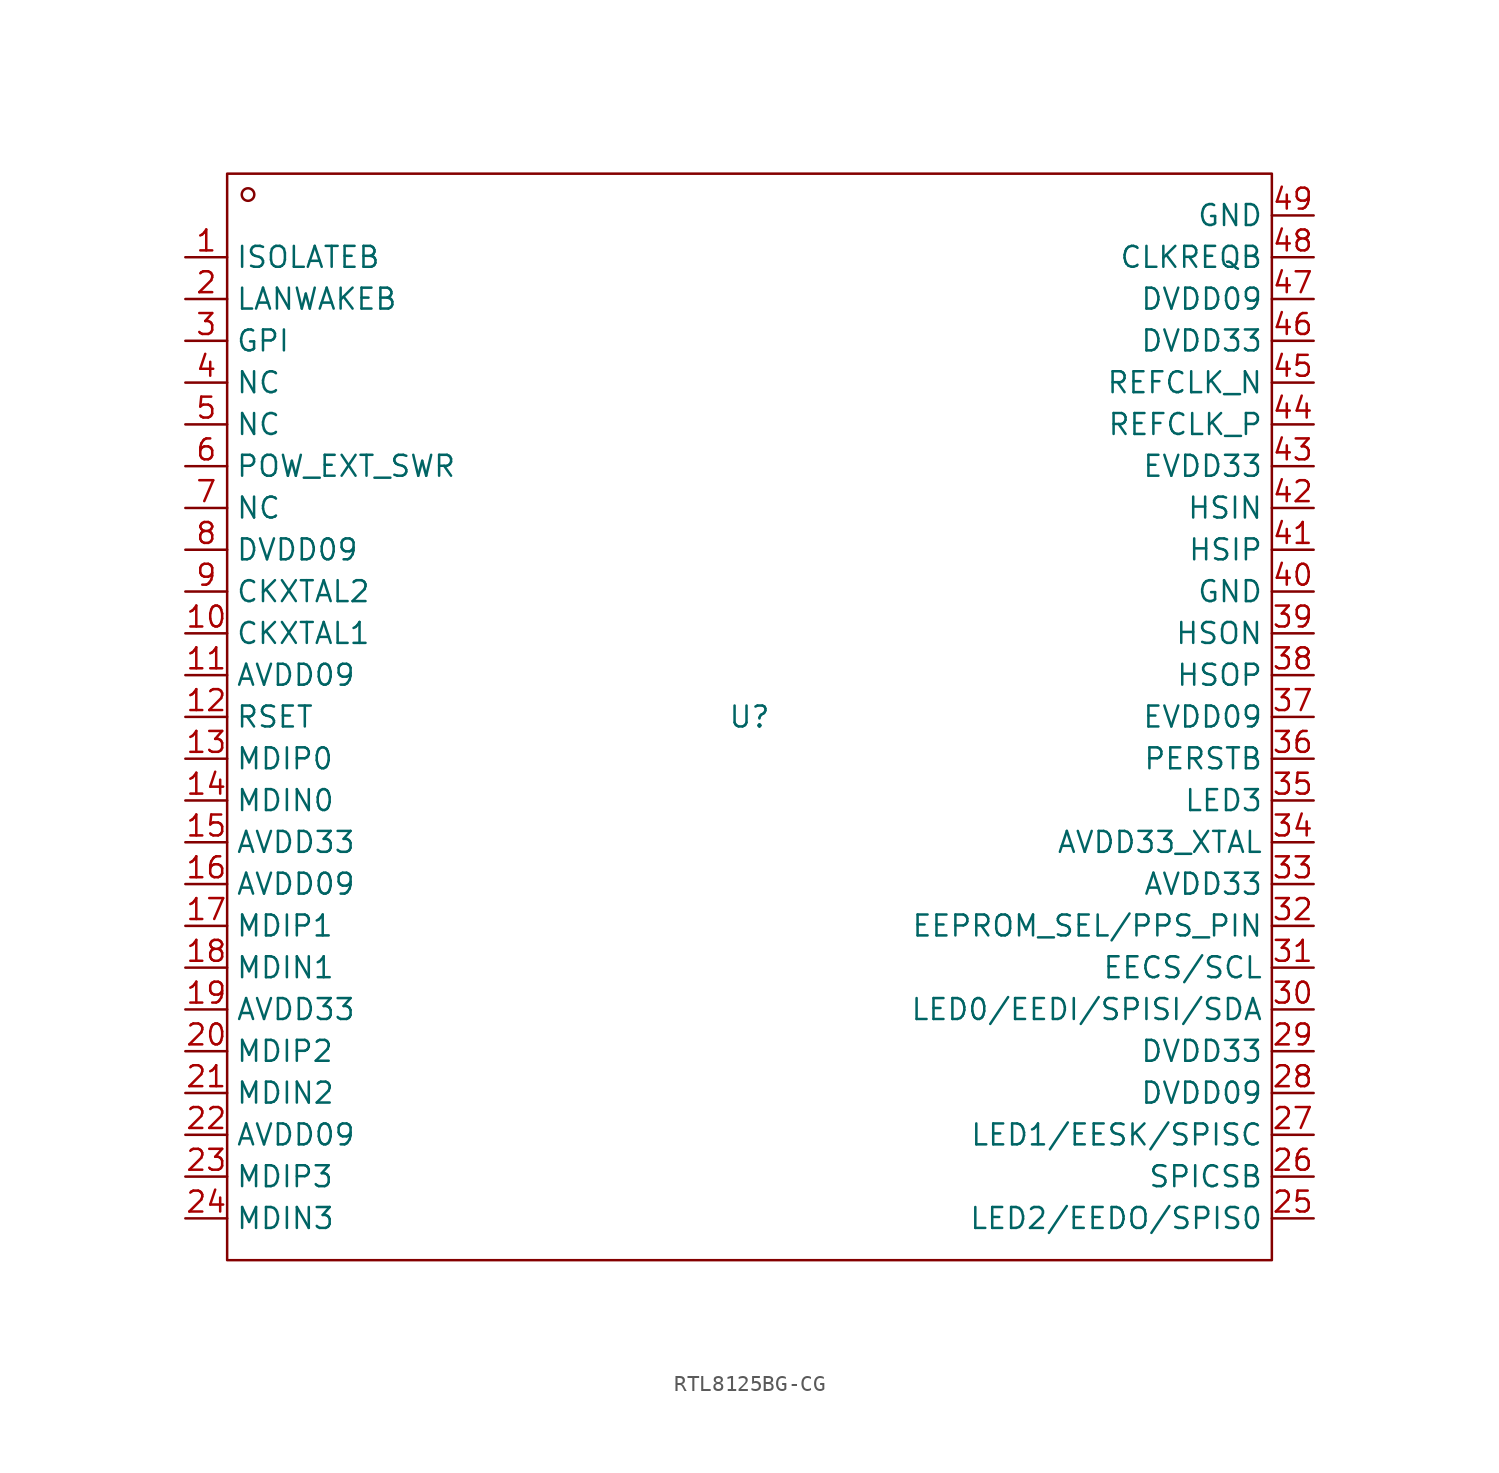
<source format=kicad_sym>
(kicad_symbol_lib
  (version 20231120)
  (generator "kicad_symbol_editor")
  (generator_version "8.0")
  (symbol "RTL8125BG-CG"
    (property "Reference" "U"
      (at 0 0 0)
      (effects (font (size 1.27 1.27))))
    (property "Value" ""
      (at 0 0 0)
      (effects (font (size 1.27 1.27))))
    (symbol "RTL8125BG-CG_1_0"
      (rectangle (start -31.75 -33.02) (end 31.75 33.02) (stroke (width 0) (type default)) (fill (type none)))
      (circle (center -30.48 31.75) (radius 0.381) (stroke (width 0) (type default)) (fill (type none)))
      (pin unspecified line (at -34.29 27.94 0) (length 2.54) (name "ISOLATEB" (effects (font (size 1.27 1.27)))) (number "1" (effects (font (size 1.27 1.27)))))
      (pin unspecified line (at -34.29 5.08 0) (length 2.54) (name "CKXTAL1" (effects (font (size 1.27 1.27)))) (number "10" (effects (font (size 1.27 1.27)))))
      (pin unspecified line (at -34.29 2.54 0) (length 2.54) (name "AVDD09" (effects (font (size 1.27 1.27)))) (number "11" (effects (font (size 1.27 1.27)))))
      (pin unspecified line (at -34.29 0 0) (length 2.54) (name "RSET" (effects (font (size 1.27 1.27)))) (number "12" (effects (font (size 1.27 1.27)))))
      (pin unspecified line (at -34.29 -2.54 0) (length 2.54) (name "MDIP0" (effects (font (size 1.27 1.27)))) (number "13" (effects (font (size 1.27 1.27)))))
      (pin unspecified line (at -34.29 -5.08 0) (length 2.54) (name "MDIN0" (effects (font (size 1.27 1.27)))) (number "14" (effects (font (size 1.27 1.27)))))
      (pin unspecified line (at -34.29 -7.62 0) (length 2.54) (name "AVDD33" (effects (font (size 1.27 1.27)))) (number "15" (effects (font (size 1.27 1.27)))))
      (pin unspecified line (at -34.29 -10.16 0) (length 2.54) (name "AVDD09" (effects (font (size 1.27 1.27)))) (number "16" (effects (font (size 1.27 1.27)))))
      (pin unspecified line (at -34.29 -12.7 0) (length 2.54) (name "MDIP1" (effects (font (size 1.27 1.27)))) (number "17" (effects (font (size 1.27 1.27)))))
      (pin unspecified line (at -34.29 -15.24 0) (length 2.54) (name "MDIN1" (effects (font (size 1.27 1.27)))) (number "18" (effects (font (size 1.27 1.27)))))
      (pin unspecified line (at -34.29 -17.78 0) (length 2.54) (name "AVDD33" (effects (font (size 1.27 1.27)))) (number "19" (effects (font (size 1.27 1.27)))))
      (pin unspecified line (at -34.29 25.4 0) (length 2.54) (name "LANWAKEB" (effects (font (size 1.27 1.27)))) (number "2" (effects (font (size 1.27 1.27)))))
      (pin unspecified line (at -34.29 -20.32 0) (length 2.54) (name "MDIP2" (effects (font (size 1.27 1.27)))) (number "20" (effects (font (size 1.27 1.27)))))
      (pin unspecified line (at -34.29 -22.86 0) (length 2.54) (name "MDIN2" (effects (font (size 1.27 1.27)))) (number "21" (effects (font (size 1.27 1.27)))))
      (pin unspecified line (at -34.29 -25.4 0) (length 2.54) (name "AVDD09" (effects (font (size 1.27 1.27)))) (number "22" (effects (font (size 1.27 1.27)))))
      (pin unspecified line (at -34.29 -27.94 0) (length 2.54) (name "MDIP3" (effects (font (size 1.27 1.27)))) (number "23" (effects (font (size 1.27 1.27)))))
      (pin unspecified line (at -34.29 -30.48 0) (length 2.54) (name "MDIN3" (effects (font (size 1.27 1.27)))) (number "24" (effects (font (size 1.27 1.27)))))
      (pin unspecified line (at 34.29 -30.48 180) (length 2.54) (name "LED2/EEDO/SPIS0" (effects (font (size 1.27 1.27)))) (number "25" (effects (font (size 1.27 1.27)))))
      (pin unspecified line (at 34.29 -27.94 180) (length 2.54) (name "SPICSB" (effects (font (size 1.27 1.27)))) (number "26" (effects (font (size 1.27 1.27)))))
      (pin unspecified line (at 34.29 -25.4 180) (length 2.54) (name "LED1/EESK/SPISC" (effects (font (size 1.27 1.27)))) (number "27" (effects (font (size 1.27 1.27)))))
      (pin unspecified line (at 34.29 -22.86 180) (length 2.54) (name "DVDD09" (effects (font (size 1.27 1.27)))) (number "28" (effects (font (size 1.27 1.27)))))
      (pin unspecified line (at 34.29 -20.32 180) (length 2.54) (name "DVDD33" (effects (font (size 1.27 1.27)))) (number "29" (effects (font (size 1.27 1.27)))))
      (pin unspecified line (at -34.29 22.86 0) (length 2.54) (name "GPI" (effects (font (size 1.27 1.27)))) (number "3" (effects (font (size 1.27 1.27)))))
      (pin unspecified line (at 34.29 -17.78 180) (length 2.54) (name "LED0/EEDI/SPISI/SDA" (effects (font (size 1.27 1.27)))) (number "30" (effects (font (size 1.27 1.27)))))
      (pin unspecified line (at 34.29 -15.24 180) (length 2.54) (name "EECS/SCL" (effects (font (size 1.27 1.27)))) (number "31" (effects (font (size 1.27 1.27)))))
      (pin unspecified line (at 34.29 -12.7 180) (length 2.54) (name "EEPROM_SEL/PPS_PIN" (effects (font (size 1.27 1.27)))) (number "32" (effects (font (size 1.27 1.27)))))
      (pin unspecified line (at 34.29 -10.16 180) (length 2.54) (name "AVDD33" (effects (font (size 1.27 1.27)))) (number "33" (effects (font (size 1.27 1.27)))))
      (pin unspecified line (at 34.29 -7.62 180) (length 2.54) (name "AVDD33_XTAL" (effects (font (size 1.27 1.27)))) (number "34" (effects (font (size 1.27 1.27)))))
      (pin unspecified line (at 34.29 -5.08 180) (length 2.54) (name "LED3" (effects (font (size 1.27 1.27)))) (number "35" (effects (font (size 1.27 1.27)))))
      (pin unspecified line (at 34.29 -2.54 180) (length 2.54) (name "PERSTB" (effects (font (size 1.27 1.27)))) (number "36" (effects (font (size 1.27 1.27)))))
      (pin unspecified line (at 34.29 0 180) (length 2.54) (name "EVDD09" (effects (font (size 1.27 1.27)))) (number "37" (effects (font (size 1.27 1.27)))))
      (pin unspecified line (at 34.29 2.54 180) (length 2.54) (name "HSOP" (effects (font (size 1.27 1.27)))) (number "38" (effects (font (size 1.27 1.27)))))
      (pin unspecified line (at 34.29 5.08 180) (length 2.54) (name "HSON" (effects (font (size 1.27 1.27)))) (number "39" (effects (font (size 1.27 1.27)))))
      (pin unspecified line (at -34.29 20.32 0) (length 2.54) (name "NC" (effects (font (size 1.27 1.27)))) (number "4" (effects (font (size 1.27 1.27)))))
      (pin unspecified line (at 34.29 7.62 180) (length 2.54) (name "GND" (effects (font (size 1.27 1.27)))) (number "40" (effects (font (size 1.27 1.27)))))
      (pin unspecified line (at 34.29 10.16 180) (length 2.54) (name "HSIP" (effects (font (size 1.27 1.27)))) (number "41" (effects (font (size 1.27 1.27)))))
      (pin unspecified line (at 34.29 12.7 180) (length 2.54) (name "HSIN" (effects (font (size 1.27 1.27)))) (number "42" (effects (font (size 1.27 1.27)))))
      (pin unspecified line (at 34.29 15.24 180) (length 2.54) (name "EVDD33" (effects (font (size 1.27 1.27)))) (number "43" (effects (font (size 1.27 1.27)))))
      (pin unspecified line (at 34.29 17.78 180) (length 2.54) (name "REFCLK_P" (effects (font (size 1.27 1.27)))) (number "44" (effects (font (size 1.27 1.27)))))
      (pin unspecified line (at 34.29 20.32 180) (length 2.54) (name "REFCLK_N" (effects (font (size 1.27 1.27)))) (number "45" (effects (font (size 1.27 1.27)))))
      (pin unspecified line (at 34.29 22.86 180) (length 2.54) (name "DVDD33" (effects (font (size 1.27 1.27)))) (number "46" (effects (font (size 1.27 1.27)))))
      (pin unspecified line (at 34.29 25.4 180) (length 2.54) (name "DVDD09" (effects (font (size 1.27 1.27)))) (number "47" (effects (font (size 1.27 1.27)))))
      (pin unspecified line (at 34.29 27.94 180) (length 2.54) (name "CLKREQB" (effects (font (size 1.27 1.27)))) (number "48" (effects (font (size 1.27 1.27)))))
      (pin unspecified line (at 34.29 30.48 180) (length 2.54) (name "GND" (effects (font (size 1.27 1.27)))) (number "49" (effects (font (size 1.27 1.27)))))
      (pin unspecified line (at -34.29 17.78 0) (length 2.54) (name "NC" (effects (font (size 1.27 1.27)))) (number "5" (effects (font (size 1.27 1.27)))))
      (pin unspecified line (at -34.29 15.24 0) (length 2.54) (name "POW_EXT_SWR" (effects (font (size 1.27 1.27)))) (number "6" (effects (font (size 1.27 1.27)))))
      (pin unspecified line (at -34.29 12.7 0) (length 2.54) (name "NC" (effects (font (size 1.27 1.27)))) (number "7" (effects (font (size 1.27 1.27)))))
      (pin unspecified line (at -34.29 10.16 0) (length 2.54) (name "DVDD09" (effects (font (size 1.27 1.27)))) (number "8" (effects (font (size 1.27 1.27)))))
      (pin unspecified line (at -34.29 7.62 0) (length 2.54) (name "CKXTAL2" (effects (font (size 1.27 1.27)))) (number "9" (effects (font (size 1.27 1.27))))))))
</source>
